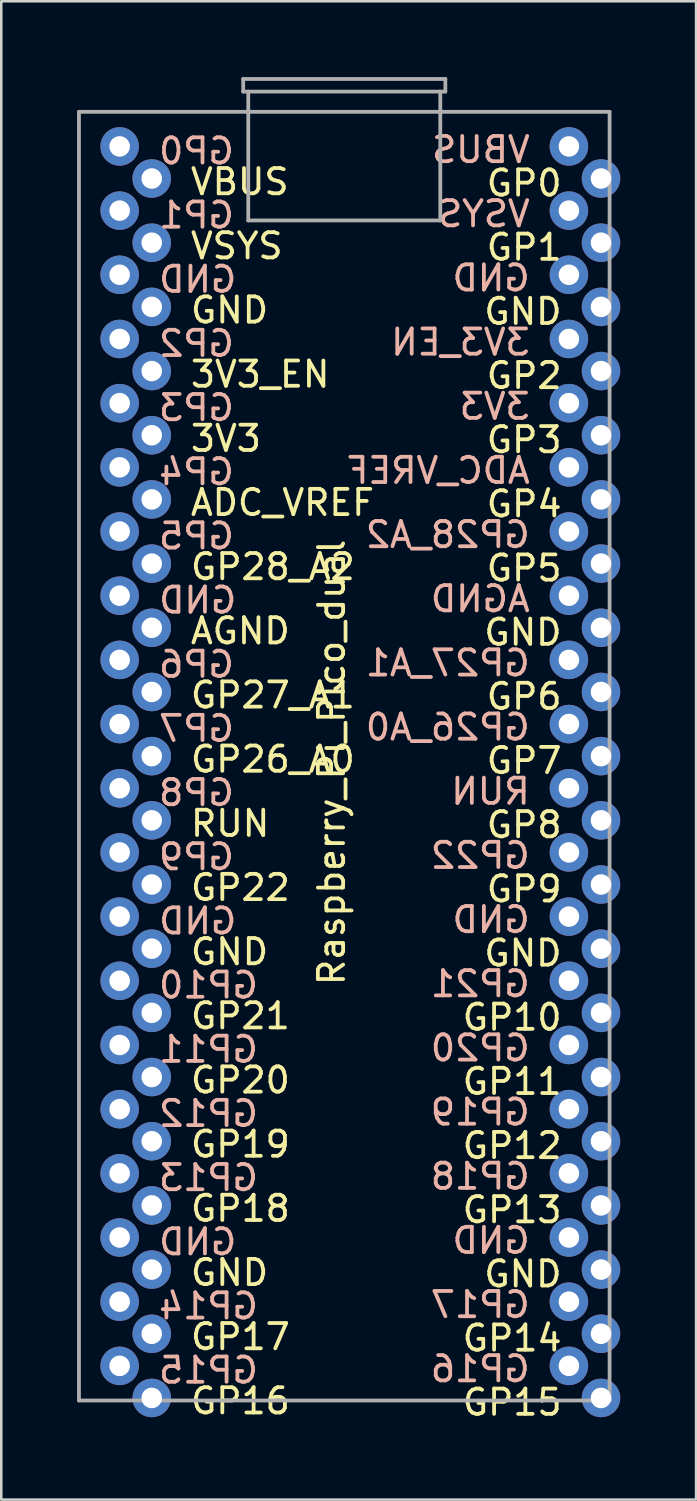
<source format=kicad_pcb>
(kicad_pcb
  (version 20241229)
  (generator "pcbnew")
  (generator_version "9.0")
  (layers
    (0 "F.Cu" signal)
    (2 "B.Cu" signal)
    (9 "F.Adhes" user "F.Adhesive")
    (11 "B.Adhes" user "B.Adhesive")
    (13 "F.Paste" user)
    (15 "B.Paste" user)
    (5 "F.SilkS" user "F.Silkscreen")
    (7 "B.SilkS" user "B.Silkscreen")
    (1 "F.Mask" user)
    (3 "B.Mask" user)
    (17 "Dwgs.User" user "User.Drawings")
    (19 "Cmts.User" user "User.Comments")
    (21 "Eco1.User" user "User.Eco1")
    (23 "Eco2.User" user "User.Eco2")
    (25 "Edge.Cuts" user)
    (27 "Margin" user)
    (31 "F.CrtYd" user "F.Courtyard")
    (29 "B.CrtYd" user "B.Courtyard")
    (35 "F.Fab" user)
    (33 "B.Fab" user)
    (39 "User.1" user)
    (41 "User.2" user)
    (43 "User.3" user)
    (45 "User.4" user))
  (footprint "Raspberry_Pi_Pico_dual"
    (layer "F.Cu")
    (at 10.575 26.875)
    (property "Reference" "Raspberry_Pi_Pico_dual" (at -0.5 0.25 90) (layer "F.SilkS") (effects (font (size 1 1) (thickness 0.15))))
    (attr through_hole)
    (fp_line (start -10.5 -25.5) (end -10.5 25.5) (stroke (width 0.15) (type solid)) (layer "F.Fab"))
    (fp_line (start -10.5 -25.5) (end 10.5 -25.5) (stroke (width 0.15) (type solid)) (layer "F.Fab"))
    (fp_line (start -10.5 25.5) (end 10.5 25.5) (stroke (width 0.15) (type solid)) (layer "F.Fab"))
    (fp_line (start -4 -26.8) (end -4 -26.3) (stroke (width 0.15) (type solid)) (layer "F.Fab"))
    (fp_line (start -4 -26.8) (end 4 -26.8) (stroke (width 0.15) (type solid)) (layer "F.Fab"))
    (fp_line (start -4 -26.3) (end 4 -26.3) (stroke (width 0.15) (type solid)) (layer "F.Fab"))
    (fp_line (start -3.8 -26.3) (end -3.8 -21.2) (stroke (width 0.15) (type solid)) (layer "F.Fab"))
    (fp_line (start -3.8 -21.2) (end 3.8 -21.2) (stroke (width 0.15) (type solid)) (layer "F.Fab"))
    (fp_line (start 3.8 -26.3) (end 3.8 -21.2) (stroke (width 0.15) (type solid)) (layer "F.Fab"))
    (fp_line (start 4 -26.8) (end 4 -26.3) (stroke (width 0.15) (type solid)) (layer "F.Fab"))
    (fp_line (start 10.5 -25.5) (end 10.5 25.5) (stroke (width 0.15) (type solid)) (layer "F.Fab"))
    (fp_text user "GP5" (at 7.119 -7.439 180) (layer "F.SilkS") (effects (font (size 1 1) (thickness 0.15))))
    (fp_text user "GP8" (at 7.119 2.719 180) (layer "F.SilkS") (effects (font (size 1 1) (thickness 0.15))))
    (fp_text user "GP17" (at -4.112 22.981 180) (layer "F.SilkS") (effects (font (size 1 1) (thickness 0.15))))
    (fp_text user "ADC_VREF" (at -2.446 -10.033 180) (layer "F.SilkS") (effects (font (size 1 1) (thickness 0.15))))
    (fp_text user "GND" (at 7.071 7.798 180) (layer "F.SilkS") (effects (font (size 1 1) (thickness 0.15))))
    (fp_text user "GP20" (at -4.112 12.823 180) (layer "F.SilkS") (effects (font (size 1 1) (thickness 0.15))))
    (fp_text user "GP19" (at -4.112 15.362 180) (layer "F.SilkS") (effects (font (size 1 1) (thickness 0.15))))
    (fp_text user "GP22" (at -4.112 5.204 180) (layer "F.SilkS") (effects (font (size 1 1) (thickness 0.15))))
    (fp_text user "GP15" (at 6.643 25.574 180) (layer "F.SilkS") (effects (font (size 1 1) (thickness 0.15))))
    (fp_text user "3V3" (at -4.684 -12.572 180) (layer "F.SilkS") (effects (font (size 1 1) (thickness 0.15))))
    (fp_text user "GP11" (at 6.643 12.877 180) (layer "F.SilkS") (effects (font (size 1 1) (thickness 0.15))))
    (fp_text user "VSYS" (at -4.255 -20.191 180) (layer "F.SilkS") (effects (font (size 1 1) (thickness 0.15))))
    (fp_text user "GP9" (at 7.119 5.258 180) (layer "F.SilkS") (effects (font (size 1 1) (thickness 0.15))))
    (fp_text user "GP14" (at 6.643 23.035 180) (layer "F.SilkS") (effects (font (size 1 1) (thickness 0.15))))
    (fp_text user "GP26_A0" (at -2.827 0.125 180) (layer "F.SilkS") (effects (font (size 1 1) (thickness 0.15))))
    (fp_text user "GP28_A2" (at -2.827 -7.493 180) (layer "F.SilkS") (effects (font (size 1 1) (thickness 0.15))))
    (fp_text user "GP27_A1" (at -2.827 -2.414 180) (layer "F.SilkS") (effects (font (size 1 1) (thickness 0.15))))
    (fp_text user "GP21" (at -4.112 10.283 180) (layer "F.SilkS") (effects (font (size 1 1) (thickness 0.15))))
    (fp_text user "VBUS" (at -4.136 -22.73 180) (layer "F.SilkS") (effects (font (size 1 1) (thickness 0.15))))
    (fp_text user "GP10" (at 6.643 10.337 180) (layer "F.SilkS") (effects (font (size 1 1) (thickness 0.15))))
    (fp_text user "AGND" (at -4.112 -4.954 180) (layer "F.SilkS") (effects (font (size 1 1) (thickness 0.15))))
    (fp_text user "GP1" (at 7.119 -20.137 180) (layer "F.SilkS") (effects (font (size 1 1) (thickness 0.15))))
    (fp_text user "RUN" (at -4.517 2.665 180) (layer "F.SilkS") (effects (font (size 1 1) (thickness 0.15))))
    (fp_text user "GND" (at 7.071 20.495 180) (layer "F.SilkS") (effects (font (size 1 1) (thickness 0.15))))
    (fp_text user "GND" (at -4.541 7.744 180) (layer "F.SilkS") (effects (font (size 1 1) (thickness 0.15))))
    (fp_text user "GP3" (at 7.119 -12.518 180) (layer "F.SilkS") (effects (font (size 1 1) (thickness 0.15))))
    (fp_text user "GP6" (at 7.119 -2.36 180) (layer "F.SilkS") (effects (font (size 1 1) (thickness 0.15))))
    (fp_text user "GND" (at -4.541 20.441 180) (layer "F.SilkS") (effects (font (size 1 1) (thickness 0.15))))
    (fp_text user "3V3_EN" (at -3.327 -15.112 180) (layer "F.SilkS") (effects (font (size 1 1) (thickness 0.15))))
    (fp_text user "GND" (at -4.541 -17.651 180) (layer "F.SilkS") (effects (font (size 1 1) (thickness 0.15))))
    (fp_text user "GP7" (at 7.119 0.179 180) (layer "F.SilkS") (effects (font (size 1 1) (thickness 0.15))))
    (fp_text user "GP4" (at 7.119 -9.979 180) (layer "F.SilkS") (effects (font (size 1 1) (thickness 0.15))))
    (fp_text user "GP16" (at -4.112 25.52 180) (layer "F.SilkS") (effects (font (size 1 1) (thickness 0.15))))
    (fp_text user "GND" (at 7.071 -4.9 180) (layer "F.SilkS") (effects (font (size 1 1) (thickness 0.15))))
    (fp_text user "GP18" (at -4.112 17.902 180) (layer "F.SilkS") (effects (font (size 1 1) (thickness 0.15))))
    (fp_text user "GP2" (at 7.119 -15.058 180) (layer "F.SilkS") (effects (font (size 1 1) (thickness 0.15))))
    (fp_text user "GP13" (at 6.643 17.956 180) (layer "F.SilkS") (effects (font (size 1 1) (thickness 0.15))))
    (fp_text user "GP0" (at 7.119 -22.676 180) (layer "F.SilkS") (effects (font (size 1 1) (thickness 0.15))))
    (fp_text user "GP12" (at 6.643 15.416 180) (layer "F.SilkS") (effects (font (size 1 1) (thickness 0.15))))
    (fp_text user "GND" (at 7.071 -17.597 180) (layer "F.SilkS") (effects (font (size 1 1) (thickness 0.15))))
    (fp_text user "GP7" (at -5.849 -1.091 180) (layer "B.SilkS") (effects (font (size 1 1) (thickness 0.15)) (justify mirror)))
    (fp_text user "GP26_A0" (at 4.097 -1.145 180) (layer "B.SilkS") (effects (font (size 1 1) (thickness 0.15)) (justify mirror)))
    (fp_text user "GP9" (at -5.849 3.988 180) (layer "B.SilkS") (effects (font (size 1 1) (thickness 0.15)) (justify mirror)))
    (fp_text user "GP27_A1" (at 4.097 -3.684 180) (layer "B.SilkS") (effects (font (size 1 1) (thickness 0.15)) (justify mirror)))
    (fp_text user "GP4" (at -5.849 -11.249 180) (layer "B.SilkS") (effects (font (size 1 1) (thickness 0.15)) (justify mirror)))
    (fp_text user "VBUS" (at 5.406 -24 180) (layer "B.SilkS") (effects (font (size 1 1) (thickness 0.15)) (justify mirror)))
    (fp_text user "GP16" (at 5.382 24.25 180) (layer "B.SilkS") (effects (font (size 1 1) (thickness 0.15)) (justify mirror)))
    (fp_text user "GP11" (at -5.373 11.607 180) (layer "B.SilkS") (effects (font (size 1 1) (thickness 0.15)) (justify mirror)))
    (fp_text user "GND" (at -5.801 -6.17 180) (layer "B.SilkS") (effects (font (size 1 1) (thickness 0.15)) (justify mirror)))
    (fp_text user "GP10" (at -5.373 9.067 180) (layer "B.SilkS") (effects (font (size 1 1) (thickness 0.15)) (justify mirror)))
    (fp_text user "ADC_VREF" (at 3.716 -11.303 180) (layer "B.SilkS") (effects (font (size 1 1) (thickness 0.15)) (justify mirror)))
    (fp_text user "RUN" (at 5.787 1.395 180) (layer "B.SilkS") (effects (font (size 1 1) (thickness 0.15)) (justify mirror)))
    (fp_text user "AGND" (at 5.382 -6.224 180) (layer "B.SilkS") (effects (font (size 1 1) (thickness 0.15)) (justify mirror)))
    (fp_text user "GP8" (at -5.849 1.449 180) (layer "B.SilkS") (effects (font (size 1 1) (thickness 0.15)) (justify mirror)))
    (fp_text user "GND" (at 5.811 6.474 180) (layer "B.SilkS") (effects (font (size 1 1) (thickness 0.15)) (justify mirror)))
    (fp_text user "VSYS" (at 5.525 -21.461 180) (layer "B.SilkS") (effects (font (size 1 1) (thickness 0.15)) (justify mirror)))
    (fp_text user "GP13" (at -5.373 16.686 180) (layer "B.SilkS") (effects (font (size 1 1) (thickness 0.15)) (justify mirror)))
    (fp_text user "GND" (at -5.801 19.225 180) (layer "B.SilkS") (effects (font (size 1 1) (thickness 0.15)) (justify mirror)))
    (fp_text user "GP20" (at 5.382 11.553 180) (layer "B.SilkS") (effects (font (size 1 1) (thickness 0.15)) (justify mirror)))
    (fp_text user "GND" (at -5.801 6.528 180) (layer "B.SilkS") (effects (font (size 1 1) (thickness 0.15)) (justify mirror)))
    (fp_text user "GP5" (at -5.849 -8.709 180) (layer "B.SilkS") (effects (font (size 1 1) (thickness 0.15)) (justify mirror)))
    (fp_text user "GP15" (at -5.373 24.304 180) (layer "B.SilkS") (effects (font (size 1 1) (thickness 0.15)) (justify mirror)))
    (fp_text user "GP6" (at -5.849 -3.63 180) (layer "B.SilkS") (effects (font (size 1 1) (thickness 0.15)) (justify mirror)))
    (fp_text user "GP12" (at -5.373 14.146 180) (layer "B.SilkS") (effects (font (size 1 1) (thickness 0.15)) (justify mirror)))
    (fp_text user "GP1" (at -5.849 -21.407 180) (layer "B.SilkS") (effects (font (size 1 1) (thickness 0.15)) (justify mirror)))
    (fp_text user "GP14" (at -5.373 21.765 180) (layer "B.SilkS") (effects (font (size 1 1) (thickness 0.15)) (justify mirror)))
    (fp_text user "GP21" (at 5.382 9.013 180) (layer "B.SilkS") (effects (font (size 1 1) (thickness 0.15)) (justify mirror)))
    (fp_text user "GP19" (at 5.382 14.092 180) (layer "B.SilkS") (effects (font (size 1 1) (thickness 0.15)) (justify mirror)))
    (fp_text user "GP22" (at 5.382 3.934 180) (layer "B.SilkS") (effects (font (size 1 1) (thickness 0.15)) (justify mirror)))
    (fp_text user "GP18" (at 5.382 16.632 180) (layer "B.SilkS") (effects (font (size 1 1) (thickness 0.15)) (justify mirror)))
    (fp_text user "GP2" (at -5.849 -16.328 180) (layer "B.SilkS") (effects (font (size 1 1) (thickness 0.15)) (justify mirror)))
    (fp_text user "3V3" (at 5.954 -13.842 180) (layer "B.SilkS") (effects (font (size 1 1) (thickness 0.15)) (justify mirror)))
    (fp_text user "GP3" (at -5.849 -13.788 180) (layer "B.SilkS") (effects (font (size 1 1) (thickness 0.15)) (justify mirror)))
    (fp_text user "GND" (at 5.811 -18.921 180) (layer "B.SilkS") (effects (font (size 1 1) (thickness 0.15)) (justify mirror)))
    (fp_text user "GP17" (at 5.382 21.711 180) (layer "B.SilkS") (effects (font (size 1 1) (thickness 0.15)) (justify mirror)))
    (fp_text user "GP0" (at -5.849 -23.946 180) (layer "B.SilkS") (effects (font (size 1 1) (thickness 0.15)) (justify mirror)))
    (fp_text user "GND" (at -5.801 -18.867 180) (layer "B.SilkS") (effects (font (size 1 1) (thickness 0.15)) (justify mirror)))
    (fp_text user "3V3_EN" (at 4.597 -16.382 180) (layer "B.SilkS") (effects (font (size 1 1) (thickness 0.15)) (justify mirror)))
    (fp_text user "GP28_A2" (at 4.097 -8.763 180) (layer "B.SilkS") (effects (font (size 1 1) (thickness 0.15)) (justify mirror)))
    (fp_text user "GND" (at 5.811 19.171 180) (layer "B.SilkS") (effects (font (size 1 1) (thickness 0.15)) (justify mirror)))
    (pad "1" thru_hole circle (at -8.89 -24.13) (size 1.524 1.524) (drill 0.813) (layers "*.Cu" "B.Mask"))
    (pad "1" thru_hole circle (at 10.16 -22.86) (size 1.524 1.524) (drill 0.813) (layers "*.Cu" "F.Mask"))
    (pad "2" thru_hole circle (at -8.89 -21.59) (size 1.524 1.524) (drill 0.813) (layers "*.Cu" "B.Mask"))
    (pad "2" thru_hole circle (at 10.16 -20.32) (size 1.524 1.524) (drill 0.813) (layers "*.Cu" "F.Mask"))
    (pad "3" thru_hole circle (at -8.89 -19.05) (size 1.524 1.524) (drill 0.813) (layers "*.Cu" "B.Mask"))
    (pad "3" thru_hole circle (at 10.16 -17.78) (size 1.524 1.524) (drill 0.813) (layers "*.Cu" "F.Mask"))
    (pad "4" thru_hole circle (at -8.89 -16.51) (size 1.524 1.524) (drill 0.813) (layers "*.Cu" "B.Mask"))
    (pad "4" thru_hole circle (at 10.16 -15.24) (size 1.524 1.524) (drill 0.813) (layers "*.Cu" "F.Mask"))
    (pad "5" thru_hole circle (at -8.89 -13.97) (size 1.524 1.524) (drill 0.813) (layers "*.Cu" "B.Mask"))
    (pad "5" thru_hole circle (at 10.16 -12.7) (size 1.524 1.524) (drill 0.813) (layers "*.Cu" "F.Mask"))
    (pad "6" thru_hole circle (at -8.89 -11.43) (size 1.524 1.524) (drill 0.813) (layers "*.Cu" "B.Mask"))
    (pad "6" thru_hole circle (at 10.16 -10.16) (size 1.524 1.524) (drill 0.813) (layers "*.Cu" "F.Mask"))
    (pad "7" thru_hole circle (at -8.89 -8.89) (size 1.524 1.524) (drill 0.813) (layers "*.Cu" "B.Mask"))
    (pad "7" thru_hole circle (at 10.16 -7.62) (size 1.524 1.524) (drill 0.813) (layers "*.Cu" "F.Mask"))
    (pad "8" thru_hole circle (at -8.89 -6.35) (size 1.524 1.524) (drill 0.813) (layers "*.Cu" "B.Mask"))
    (pad "8" thru_hole circle (at 10.16 -5.08) (size 1.524 1.524) (drill 0.813) (layers "*.Cu" "F.Mask"))
    (pad "9" thru_hole circle (at -8.89 -3.81) (size 1.524 1.524) (drill 0.813) (layers "*.Cu" "B.Mask"))
    (pad "9" thru_hole circle (at 10.16 -2.54) (size 1.524 1.524) (drill 0.813) (layers "*.Cu" "F.Mask"))
    (pad "10" thru_hole circle (at -8.89 -1.27) (size 1.524 1.524) (drill 0.813) (layers "*.Cu" "B.Mask"))
    (pad "10" thru_hole circle (at 10.16 0) (size 1.524 1.524) (drill 0.813) (layers "*.Cu" "F.Mask"))
    (pad "11" thru_hole circle (at -8.89 1.27) (size 1.524 1.524) (drill 0.813) (layers "*.Cu" "B.Mask"))
    (pad "11" thru_hole circle (at 10.16 2.54) (size 1.524 1.524) (drill 0.813) (layers "*.Cu" "F.Mask"))
    (pad "12" thru_hole circle (at -8.89 3.81) (size 1.524 1.524) (drill 0.813) (layers "*.Cu" "B.Mask"))
    (pad "12" thru_hole circle (at 10.16 5.08) (size 1.524 1.524) (drill 0.813) (layers "*.Cu" "F.Mask"))
    (pad "13" thru_hole circle (at -8.89 6.35) (size 1.524 1.524) (drill 0.813) (layers "*.Cu" "B.Mask"))
    (pad "13" thru_hole circle (at 10.16 7.62) (size 1.524 1.524) (drill 0.813) (layers "*.Cu" "F.Mask"))
    (pad "14" thru_hole circle (at -8.89 8.89) (size 1.524 1.524) (drill 0.813) (layers "*.Cu" "B.Mask"))
    (pad "14" thru_hole circle (at 10.16 10.16) (size 1.524 1.524) (drill 0.813) (layers "*.Cu" "F.Mask"))
    (pad "15" thru_hole circle (at -8.89 11.43) (size 1.524 1.524) (drill 0.813) (layers "*.Cu" "B.Mask"))
    (pad "15" thru_hole circle (at 10.16 12.7) (size 1.524 1.524) (drill 0.813) (layers "*.Cu" "F.Mask"))
    (pad "16" thru_hole circle (at -8.89 13.97) (size 1.524 1.524) (drill 0.813) (layers "*.Cu" "B.Mask"))
    (pad "16" thru_hole circle (at 10.16 15.24) (size 1.524 1.524) (drill 0.813) (layers "*.Cu" "F.Mask"))
    (pad "17" thru_hole circle (at -8.89 16.51) (size 1.524 1.524) (drill 0.813) (layers "*.Cu" "B.Mask"))
    (pad "17" thru_hole circle (at 10.16 17.78) (size 1.524 1.524) (drill 0.813) (layers "*.Cu" "F.Mask"))
    (pad "18" thru_hole circle (at -8.89 19.05) (size 1.524 1.524) (drill 0.813) (layers "*.Cu" "B.Mask"))
    (pad "18" thru_hole circle (at 10.16 20.32) (size 1.524 1.524) (drill 0.813) (layers "*.Cu" "F.Mask"))
    (pad "19" thru_hole circle (at -8.89 21.59) (size 1.524 1.524) (drill 0.813) (layers "*.Cu" "B.Mask"))
    (pad "19" thru_hole circle (at 10.16 22.86) (size 1.524 1.524) (drill 0.813) (layers "*.Cu" "F.Mask"))
    (pad "20" thru_hole circle (at -8.89 24.13) (size 1.524 1.524) (drill 0.813) (layers "*.Cu" "B.Mask"))
    (pad "20" thru_hole circle (at 10.16 25.4) (size 1.524 1.524) (drill 0.813) (layers "*.Cu" "F.Mask"))
    (pad "21" thru_hole circle (at -7.62 25.4) (size 1.524 1.524) (drill 0.813) (layers "*.Cu" "F.Mask"))
    (pad "21" thru_hole circle (at 8.89 24.13) (size 1.524 1.524) (drill 0.813) (layers "*.Cu" "B.Mask"))
    (pad "22" thru_hole circle (at -7.62 22.86) (size 1.524 1.524) (drill 0.813) (layers "*.Cu" "F.Mask"))
    (pad "22" thru_hole circle (at 8.89 21.59) (size 1.524 1.524) (drill 0.813) (layers "*.Cu" "B.Mask"))
    (pad "23" thru_hole circle (at -7.62 20.32) (size 1.524 1.524) (drill 0.813) (layers "*.Cu" "F.Mask"))
    (pad "23" thru_hole circle (at 8.89 19.05) (size 1.524 1.524) (drill 0.813) (layers "*.Cu" "B.Mask"))
    (pad "24" thru_hole circle (at -7.62 17.78) (size 1.524 1.524) (drill 0.813) (layers "*.Cu" "F.Mask"))
    (pad "24" thru_hole circle (at 8.89 16.51) (size 1.524 1.524) (drill 0.813) (layers "*.Cu" "B.Mask"))
    (pad "25" thru_hole circle (at -7.62 15.24) (size 1.524 1.524) (drill 0.813) (layers "*.Cu" "F.Mask"))
    (pad "25" thru_hole circle (at 8.89 13.97) (size 1.524 1.524) (drill 0.813) (layers "*.Cu" "B.Mask"))
    (pad "26" thru_hole circle (at -7.62 12.7) (size 1.524 1.524) (drill 0.813) (layers "*.Cu" "F.Mask"))
    (pad "26" thru_hole circle (at 8.89 11.43) (size 1.524 1.524) (drill 0.813) (layers "*.Cu" "B.Mask"))
    (pad "27" thru_hole circle (at -7.62 10.16) (size 1.524 1.524) (drill 0.813) (layers "*.Cu" "F.Mask"))
    (pad "27" thru_hole circle (at 8.89 8.89) (size 1.524 1.524) (drill 0.813) (layers "*.Cu" "B.Mask"))
    (pad "28" thru_hole circle (at -7.62 7.62) (size 1.524 1.524) (drill 0.813) (layers "*.Cu" "F.Mask"))
    (pad "28" thru_hole circle (at 8.89 6.35) (size 1.524 1.524) (drill 0.813) (layers "*.Cu" "B.Mask"))
    (pad "29" thru_hole circle (at -7.62 5.08) (size 1.524 1.524) (drill 0.813) (layers "*.Cu" "F.Mask"))
    (pad "29" thru_hole circle (at 8.89 3.81) (size 1.524 1.524) (drill 0.813) (layers "*.Cu" "B.Mask"))
    (pad "30" thru_hole circle (at -7.62 2.54) (size 1.524 1.524) (drill 0.813) (layers "*.Cu" "F.Mask"))
    (pad "30" thru_hole circle (at 8.89 1.27) (size 1.524 1.524) (drill 0.813) (layers "*.Cu" "B.Mask"))
    (pad "31" thru_hole circle (at -7.62 0) (size 1.524 1.524) (drill 0.813) (layers "*.Cu" "F.Mask"))
    (pad "31" thru_hole circle (at 8.89 -1.27) (size 1.524 1.524) (drill 0.813) (layers "*.Cu" "B.Mask"))
    (pad "32" thru_hole circle (at -7.62 -2.54) (size 1.524 1.524) (drill 0.813) (layers "*.Cu" "F.Mask"))
    (pad "32" thru_hole circle (at 8.89 -3.81) (size 1.524 1.524) (drill 0.813) (layers "*.Cu" "B.Mask"))
    (pad "33" thru_hole circle (at -7.62 -5.08) (size 1.524 1.524) (drill 0.813) (layers "*.Cu" "F.Mask"))
    (pad "33" thru_hole circle (at 8.89 -6.35) (size 1.524 1.524) (drill 0.813) (layers "*.Cu" "B.Mask"))
    (pad "34" thru_hole circle (at -7.62 -7.62) (size 1.524 1.524) (drill 0.813) (layers "*.Cu" "F.Mask"))
    (pad "34" thru_hole circle (at 8.89 -8.89) (size 1.524 1.524) (drill 0.813) (layers "*.Cu" "B.Mask"))
    (pad "35" thru_hole circle (at -7.62 -10.16) (size 1.524 1.524) (drill 0.813) (layers "*.Cu" "F.Mask"))
    (pad "35" thru_hole circle (at 8.89 -11.43) (size 1.524 1.524) (drill 0.813) (layers "*.Cu" "B.Mask"))
    (pad "36" thru_hole circle (at -7.62 -12.7) (size 1.524 1.524) (drill 0.813) (layers "*.Cu" "F.Mask"))
    (pad "36" thru_hole circle (at 8.89 -13.97) (size 1.524 1.524) (drill 0.813) (layers "*.Cu" "B.Mask"))
    (pad "37" thru_hole circle (at -7.62 -15.24) (size 1.524 1.524) (drill 0.813) (layers "*.Cu" "F.Mask"))
    (pad "37" thru_hole circle (at 8.89 -16.51) (size 1.524 1.524) (drill 0.813) (layers "*.Cu" "B.Mask"))
    (pad "38" thru_hole circle (at -7.62 -17.78) (size 1.524 1.524) (drill 0.813) (layers "*.Cu" "F.Mask"))
    (pad "38" thru_hole circle (at 8.89 -19.05) (size 1.524 1.524) (drill 0.813) (layers "*.Cu" "B.Mask"))
    (pad "39" thru_hole circle (at -7.62 -20.32) (size 1.524 1.524) (drill 0.813) (layers "*.Cu" "F.Mask"))
    (pad "39" thru_hole circle (at 8.89 -21.59) (size 1.524 1.524) (drill 0.813) (layers "*.Cu" "B.Mask"))
    (pad "40" thru_hole circle (at -7.62 -22.86) (size 1.524 1.524) (drill 0.813) (layers "*.Cu" "F.Mask"))
    (pad "40" thru_hole circle (at 8.89 -24.13) (size 1.524 1.524) (drill 0.813) (layers "*.Cu" "B.Mask")))
  (gr_rect
    (start -3 -3)
    (end 24.497 56.297)
    (stroke (width 0.1) (type default))
    (fill no)
    (layer "Edge.Cuts")))
</source>
